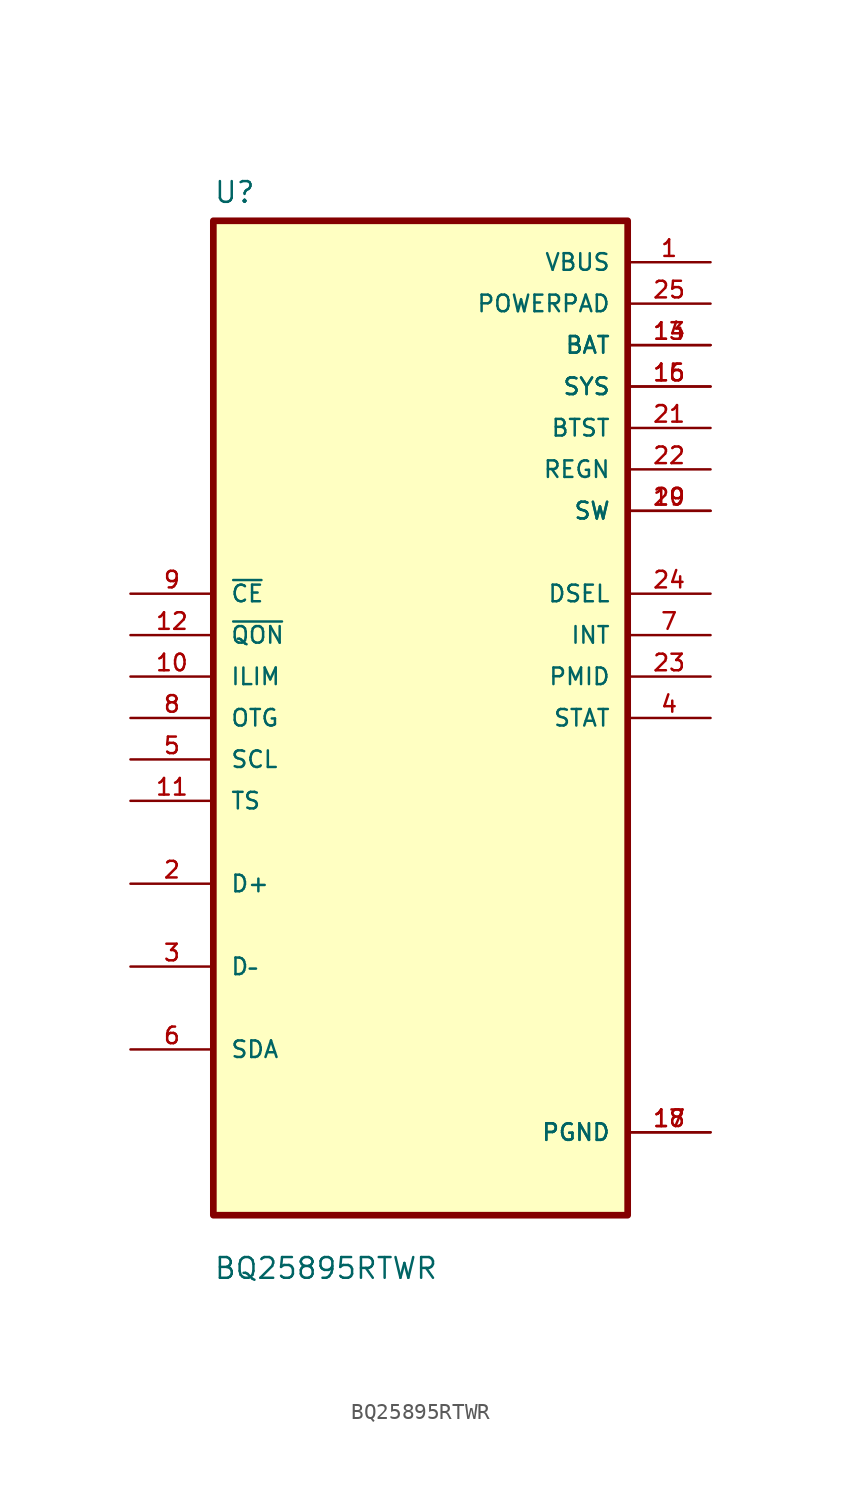
<source format=kicad_sym>
(kicad_symbol_lib
  (version 20211014)
  (generator kicad_symbol_editor)
  (symbol "BQ25895RTWR"
    (pin_names
      (offset 1.016))
    (property "Reference" "U"
      (at -12.7 31.48 0.0)
      (effects (font (size 1.27 1.27)) (justify bottom left)))
    (property "Value" "BQ25895RTWR"
      (at -12.7 -34.48 0.0)
      (effects (font (size 1.27 1.27)) (justify bottom left)))
    (symbol "BQ25895RTWR_0_0"
      (rectangle (start -12.7 -30.48) (end 12.7 30.48) (stroke (width 0.41)) (fill (type background)))
      (pin input line (at -17.78 7.62 0) (length 5.08) (name "~{CE}" (effects (font (size 1.016 1.016)))) (number "9" (effects (font (size 1.016 1.016)))))
      (pin input line (at -17.78 5.08 0) (length 5.08) (name "~{QON}" (effects (font (size 1.016 1.016)))) (number "12" (effects (font (size 1.016 1.016)))))
      (pin input line (at -17.78 2.54 0) (length 5.08) (name "ILIM" (effects (font (size 1.016 1.016)))) (number "10" (effects (font (size 1.016 1.016)))))
      (pin input line (at -17.78 -2.66454e-15 0) (length 5.08) (name "OTG" (effects (font (size 1.016 1.016)))) (number "8" (effects (font (size 1.016 1.016)))))
      (pin input line (at -17.78 -2.54 0) (length 5.08) (name "SCL" (effects (font (size 1.016 1.016)))) (number "5" (effects (font (size 1.016 1.016)))))
      (pin input line (at -17.78 -5.08 0) (length 5.08) (name "TS" (effects (font (size 1.016 1.016)))) (number "11" (effects (font (size 1.016 1.016)))))
      (pin bidirectional line (at -17.78 -10.16 0) (length 5.08) (name "D+" (effects (font (size 1.016 1.016)))) (number "2" (effects (font (size 1.016 1.016)))))
      (pin bidirectional line (at -17.78 -15.24 0) (length 5.08) (name "D–" (effects (font (size 1.016 1.016)))) (number "3" (effects (font (size 1.016 1.016)))))
      (pin bidirectional line (at -17.78 -20.32 0) (length 5.08) (name "SDA" (effects (font (size 1.016 1.016)))) (number "6" (effects (font (size 1.016 1.016)))))
      (pin power_in line (at 17.78 27.94 180.0) (length 5.08) (name "VBUS" (effects (font (size 1.016 1.016)))) (number "1" (effects (font (size 1.016 1.016)))))
      (pin power_in line (at 17.78 25.4 180.0) (length 5.08) (name "POWERPAD" (effects (font (size 1.016 1.016)))) (number "25" (effects (font (size 1.016 1.016)))))
      (pin power_in line (at 17.78 22.86 180.0) (length 5.08) (name "BAT" (effects (font (size 1.016 1.016)))) (number "13" (effects (font (size 1.016 1.016)))))
      (pin power_in line (at 17.78 22.86 180.0) (length 5.08) (name "BAT" (effects (font (size 1.016 1.016)))) (number "14" (effects (font (size 1.016 1.016)))))
      (pin power_in line (at 17.78 20.32 180.0) (length 5.08) (name "SYS" (effects (font (size 1.016 1.016)))) (number "15" (effects (font (size 1.016 1.016)))))
      (pin power_in line (at 17.78 20.32 180.0) (length 5.08) (name "SYS" (effects (font (size 1.016 1.016)))) (number "16" (effects (font (size 1.016 1.016)))))
      (pin power_in line (at 17.78 17.78 180.0) (length 5.08) (name "BTST" (effects (font (size 1.016 1.016)))) (number "21" (effects (font (size 1.016 1.016)))))
      (pin power_in line (at 17.78 15.24 180.0) (length 5.08) (name "REGN" (effects (font (size 1.016 1.016)))) (number "22" (effects (font (size 1.016 1.016)))))
      (pin power_in line (at 17.78 12.7 180.0) (length 5.08) (name "SW" (effects (font (size 1.016 1.016)))) (number "19" (effects (font (size 1.016 1.016)))))
      (pin power_in line (at 17.78 12.7 180.0) (length 5.08) (name "SW" (effects (font (size 1.016 1.016)))) (number "20" (effects (font (size 1.016 1.016)))))
      (pin output line (at 17.78 7.62 180.0) (length 5.08) (name "DSEL" (effects (font (size 1.016 1.016)))) (number "24" (effects (font (size 1.016 1.016)))))
      (pin output line (at 17.78 5.08 180.0) (length 5.08) (name "INT" (effects (font (size 1.016 1.016)))) (number "7" (effects (font (size 1.016 1.016)))))
      (pin output line (at 17.78 2.54 180.0) (length 5.08) (name "PMID" (effects (font (size 1.016 1.016)))) (number "23" (effects (font (size 1.016 1.016)))))
      (pin output line (at 17.78 6.21725e-15 180.0) (length 5.08) (name "STAT" (effects (font (size 1.016 1.016)))) (number "4" (effects (font (size 1.016 1.016)))))
      (pin power_in line (at 17.78 -25.4 180.0) (length 5.08) (name "PGND" (effects (font (size 1.016 1.016)))) (number "17" (effects (font (size 1.016 1.016)))))
      (pin power_in line (at 17.78 -25.4 180.0) (length 5.08) (name "PGND" (effects (font (size 1.016 1.016)))) (number "18" (effects (font (size 1.016 1.016))))))))
</source>
